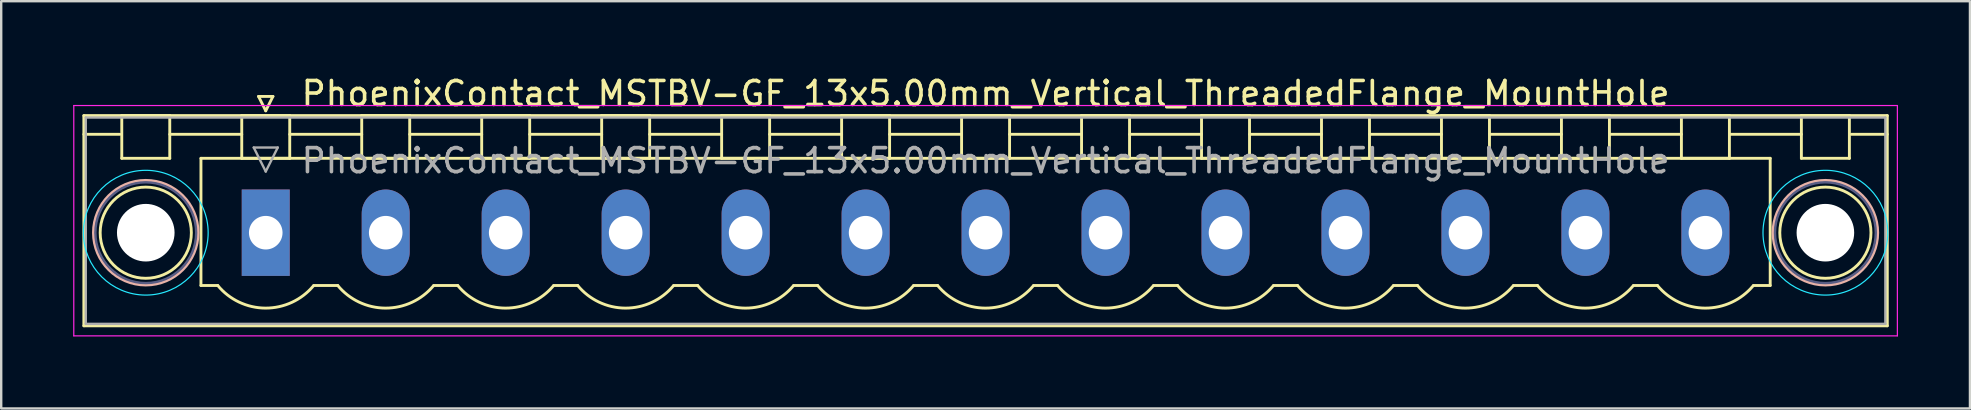
<source format=kicad_pcb>
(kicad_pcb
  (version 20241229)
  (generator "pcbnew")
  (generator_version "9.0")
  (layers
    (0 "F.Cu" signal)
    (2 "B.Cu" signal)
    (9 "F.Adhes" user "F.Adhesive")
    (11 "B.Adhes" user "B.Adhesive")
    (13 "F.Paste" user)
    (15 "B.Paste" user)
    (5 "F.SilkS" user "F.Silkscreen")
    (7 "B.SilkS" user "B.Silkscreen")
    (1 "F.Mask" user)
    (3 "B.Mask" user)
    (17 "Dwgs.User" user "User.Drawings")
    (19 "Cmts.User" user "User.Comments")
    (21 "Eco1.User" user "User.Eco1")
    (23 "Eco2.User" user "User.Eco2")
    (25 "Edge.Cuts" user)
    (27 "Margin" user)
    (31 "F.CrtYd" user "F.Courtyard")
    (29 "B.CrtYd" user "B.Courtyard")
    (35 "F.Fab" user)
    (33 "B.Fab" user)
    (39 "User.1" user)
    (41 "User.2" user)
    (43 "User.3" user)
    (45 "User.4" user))
  (footprint "PhoenixContact_MSTBV-GF_13x5.00mm_Vertical_ThreadedFlange_MountHole"
    (layer "F.Cu")
    (at 8.025 6.648)
    (property "Reference" "PhoenixContact_MSTBV-GF_13x5.00mm_Vertical_ThreadedFlange_MountHole" (at 30 -5.8 0) (layer "F.SilkS") (effects (font (size 1 1) (thickness 0.15))))
    (attr through_hole)
    (fp_line (start -7.58 -4.88) (end -7.58 3.88) (stroke (width 0.12) (type solid)) (layer "F.SilkS"))
    (fp_line (start -7.58 -4.1) (end -6.08 -4.1) (stroke (width 0.12) (type solid)) (layer "F.SilkS"))
    (fp_line (start -7.58 3.88) (end 67.58 3.88) (stroke (width 0.12) (type solid)) (layer "F.SilkS"))
    (fp_line (start -6 -4.88) (end -4 -4.88) (stroke (width 0.12) (type solid)) (layer "F.SilkS"))
    (fp_line (start -6 -3.1) (end -6 -4.88) (stroke (width 0.12) (type solid)) (layer "F.SilkS"))
    (fp_line (start -4 -4.88) (end -4 -3.1) (stroke (width 0.12) (type solid)) (layer "F.SilkS"))
    (fp_line (start -4 -4.1) (end -1 -4.1) (stroke (width 0.12) (type solid)) (layer "F.SilkS"))
    (fp_line (start -4 -3.1) (end -6 -3.1) (stroke (width 0.12) (type solid)) (layer "F.SilkS"))
    (fp_line (start -2.7 -3.1) (end 62.7 -3.1) (stroke (width 0.12) (type solid)) (layer "F.SilkS"))
    (fp_line (start -2.7 2.2) (end -2.7 -3.1) (stroke (width 0.12) (type solid)) (layer "F.SilkS"))
    (fp_line (start -2 2.2) (end -2.7 2.2) (stroke (width 0.12) (type solid)) (layer "F.SilkS"))
    (fp_line (start -1 -4.88) (end 1 -4.88) (stroke (width 0.12) (type solid)) (layer "F.SilkS"))
    (fp_line (start -1 -3.1) (end -1 -4.88) (stroke (width 0.12) (type solid)) (layer "F.SilkS"))
    (fp_line (start -0.3 -5.68) (end 0.3 -5.68) (stroke (width 0.12) (type solid)) (layer "F.SilkS"))
    (fp_line (start 0 -5.08) (end -0.3 -5.68) (stroke (width 0.12) (type solid)) (layer "F.SilkS"))
    (fp_line (start 0.3 -5.68) (end 0 -5.08) (stroke (width 0.12) (type solid)) (layer "F.SilkS"))
    (fp_line (start 1 -4.88) (end 1 -3.1) (stroke (width 0.12) (type solid)) (layer "F.SilkS"))
    (fp_line (start 1 -4.1) (end 4 -4.1) (stroke (width 0.12) (type solid)) (layer "F.SilkS"))
    (fp_line (start 1 -3.1) (end -1 -3.1) (stroke (width 0.12) (type solid)) (layer "F.SilkS"))
    (fp_line (start 2 2.2) (end 3 2.2) (stroke (width 0.12) (type solid)) (layer "F.SilkS"))
    (fp_line (start 4 -4.88) (end 6 -4.88) (stroke (width 0.12) (type solid)) (layer "F.SilkS"))
    (fp_line (start 4 -3.1) (end 4 -4.88) (stroke (width 0.12) (type solid)) (layer "F.SilkS"))
    (fp_line (start 6 -4.88) (end 6 -3.1) (stroke (width 0.12) (type solid)) (layer "F.SilkS"))
    (fp_line (start 6 -4.1) (end 9 -4.1) (stroke (width 0.12) (type solid)) (layer "F.SilkS"))
    (fp_line (start 6 -3.1) (end 4 -3.1) (stroke (width 0.12) (type solid)) (layer "F.SilkS"))
    (fp_line (start 7 2.2) (end 8 2.2) (stroke (width 0.12) (type solid)) (layer "F.SilkS"))
    (fp_line (start 9 -4.88) (end 11 -4.88) (stroke (width 0.12) (type solid)) (layer "F.SilkS"))
    (fp_line (start 9 -3.1) (end 9 -4.88) (stroke (width 0.12) (type solid)) (layer "F.SilkS"))
    (fp_line (start 11 -4.88) (end 11 -3.1) (stroke (width 0.12) (type solid)) (layer "F.SilkS"))
    (fp_line (start 11 -4.1) (end 14 -4.1) (stroke (width 0.12) (type solid)) (layer "F.SilkS"))
    (fp_line (start 11 -3.1) (end 9 -3.1) (stroke (width 0.12) (type solid)) (layer "F.SilkS"))
    (fp_line (start 12 2.2) (end 13 2.2) (stroke (width 0.12) (type solid)) (layer "F.SilkS"))
    (fp_line (start 14 -4.88) (end 16 -4.88) (stroke (width 0.12) (type solid)) (layer "F.SilkS"))
    (fp_line (start 14 -3.1) (end 14 -4.88) (stroke (width 0.12) (type solid)) (layer "F.SilkS"))
    (fp_line (start 16 -4.88) (end 16 -3.1) (stroke (width 0.12) (type solid)) (layer "F.SilkS"))
    (fp_line (start 16 -4.1) (end 19 -4.1) (stroke (width 0.12) (type solid)) (layer "F.SilkS"))
    (fp_line (start 16 -3.1) (end 14 -3.1) (stroke (width 0.12) (type solid)) (layer "F.SilkS"))
    (fp_line (start 17 2.2) (end 18 2.2) (stroke (width 0.12) (type solid)) (layer "F.SilkS"))
    (fp_line (start 19 -4.88) (end 21 -4.88) (stroke (width 0.12) (type solid)) (layer "F.SilkS"))
    (fp_line (start 19 -3.1) (end 19 -4.88) (stroke (width 0.12) (type solid)) (layer "F.SilkS"))
    (fp_line (start 21 -4.88) (end 21 -3.1) (stroke (width 0.12) (type solid)) (layer "F.SilkS"))
    (fp_line (start 21 -4.1) (end 24 -4.1) (stroke (width 0.12) (type solid)) (layer "F.SilkS"))
    (fp_line (start 21 -3.1) (end 19 -3.1) (stroke (width 0.12) (type solid)) (layer "F.SilkS"))
    (fp_line (start 22 2.2) (end 23 2.2) (stroke (width 0.12) (type solid)) (layer "F.SilkS"))
    (fp_line (start 24 -4.88) (end 26 -4.88) (stroke (width 0.12) (type solid)) (layer "F.SilkS"))
    (fp_line (start 24 -3.1) (end 24 -4.88) (stroke (width 0.12) (type solid)) (layer "F.SilkS"))
    (fp_line (start 26 -4.88) (end 26 -3.1) (stroke (width 0.12) (type solid)) (layer "F.SilkS"))
    (fp_line (start 26 -4.1) (end 29 -4.1) (stroke (width 0.12) (type solid)) (layer "F.SilkS"))
    (fp_line (start 26 -3.1) (end 24 -3.1) (stroke (width 0.12) (type solid)) (layer "F.SilkS"))
    (fp_line (start 27 2.2) (end 28 2.2) (stroke (width 0.12) (type solid)) (layer "F.SilkS"))
    (fp_line (start 29 -4.88) (end 31 -4.88) (stroke (width 0.12) (type solid)) (layer "F.SilkS"))
    (fp_line (start 29 -3.1) (end 29 -4.88) (stroke (width 0.12) (type solid)) (layer "F.SilkS"))
    (fp_line (start 31 -4.88) (end 31 -3.1) (stroke (width 0.12) (type solid)) (layer "F.SilkS"))
    (fp_line (start 31 -4.1) (end 34 -4.1) (stroke (width 0.12) (type solid)) (layer "F.SilkS"))
    (fp_line (start 31 -3.1) (end 29 -3.1) (stroke (width 0.12) (type solid)) (layer "F.SilkS"))
    (fp_line (start 32 2.2) (end 33 2.2) (stroke (width 0.12) (type solid)) (layer "F.SilkS"))
    (fp_line (start 34 -4.88) (end 36 -4.88) (stroke (width 0.12) (type solid)) (layer "F.SilkS"))
    (fp_line (start 34 -3.1) (end 34 -4.88) (stroke (width 0.12) (type solid)) (layer "F.SilkS"))
    (fp_line (start 36 -4.88) (end 36 -3.1) (stroke (width 0.12) (type solid)) (layer "F.SilkS"))
    (fp_line (start 36 -4.1) (end 39 -4.1) (stroke (width 0.12) (type solid)) (layer "F.SilkS"))
    (fp_line (start 36 -3.1) (end 34 -3.1) (stroke (width 0.12) (type solid)) (layer "F.SilkS"))
    (fp_line (start 37 2.2) (end 38 2.2) (stroke (width 0.12) (type solid)) (layer "F.SilkS"))
    (fp_line (start 39 -4.88) (end 41 -4.88) (stroke (width 0.12) (type solid)) (layer "F.SilkS"))
    (fp_line (start 39 -3.1) (end 39 -4.88) (stroke (width 0.12) (type solid)) (layer "F.SilkS"))
    (fp_line (start 41 -4.88) (end 41 -3.1) (stroke (width 0.12) (type solid)) (layer "F.SilkS"))
    (fp_line (start 41 -4.1) (end 44 -4.1) (stroke (width 0.12) (type solid)) (layer "F.SilkS"))
    (fp_line (start 41 -3.1) (end 39 -3.1) (stroke (width 0.12) (type solid)) (layer "F.SilkS"))
    (fp_line (start 42 2.2) (end 43 2.2) (stroke (width 0.12) (type solid)) (layer "F.SilkS"))
    (fp_line (start 44 -4.88) (end 46 -4.88) (stroke (width 0.12) (type solid)) (layer "F.SilkS"))
    (fp_line (start 44 -3.1) (end 44 -4.88) (stroke (width 0.12) (type solid)) (layer "F.SilkS"))
    (fp_line (start 46 -4.88) (end 46 -3.1) (stroke (width 0.12) (type solid)) (layer "F.SilkS"))
    (fp_line (start 46 -4.1) (end 49 -4.1) (stroke (width 0.12) (type solid)) (layer "F.SilkS"))
    (fp_line (start 46 -3.1) (end 44 -3.1) (stroke (width 0.12) (type solid)) (layer "F.SilkS"))
    (fp_line (start 47 2.2) (end 48 2.2) (stroke (width 0.12) (type solid)) (layer "F.SilkS"))
    (fp_line (start 49 -4.88) (end 51 -4.88) (stroke (width 0.12) (type solid)) (layer "F.SilkS"))
    (fp_line (start 49 -3.1) (end 49 -4.88) (stroke (width 0.12) (type solid)) (layer "F.SilkS"))
    (fp_line (start 51 -4.88) (end 51 -3.1) (stroke (width 0.12) (type solid)) (layer "F.SilkS"))
    (fp_line (start 51 -4.1) (end 54 -4.1) (stroke (width 0.12) (type solid)) (layer "F.SilkS"))
    (fp_line (start 51 -3.1) (end 49 -3.1) (stroke (width 0.12) (type solid)) (layer "F.SilkS"))
    (fp_line (start 52 2.2) (end 53 2.2) (stroke (width 0.12) (type solid)) (layer "F.SilkS"))
    (fp_line (start 54 -4.88) (end 56 -4.88) (stroke (width 0.12) (type solid)) (layer "F.SilkS"))
    (fp_line (start 54 -3.1) (end 54 -4.88) (stroke (width 0.12) (type solid)) (layer "F.SilkS"))
    (fp_line (start 56 -4.88) (end 56 -3.1) (stroke (width 0.12) (type solid)) (layer "F.SilkS"))
    (fp_line (start 56 -4.1) (end 59 -4.1) (stroke (width 0.12) (type solid)) (layer "F.SilkS"))
    (fp_line (start 56 -3.1) (end 54 -3.1) (stroke (width 0.12) (type solid)) (layer "F.SilkS"))
    (fp_line (start 57 2.2) (end 58 2.2) (stroke (width 0.12) (type solid)) (layer "F.SilkS"))
    (fp_line (start 59 -4.88) (end 61 -4.88) (stroke (width 0.12) (type solid)) (layer "F.SilkS"))
    (fp_line (start 59 -3.1) (end 59 -4.88) (stroke (width 0.12) (type solid)) (layer "F.SilkS"))
    (fp_line (start 61 -4.88) (end 61 -3.1) (stroke (width 0.12) (type solid)) (layer "F.SilkS"))
    (fp_line (start 61 -4.1) (end 64 -4.1) (stroke (width 0.12) (type solid)) (layer "F.SilkS"))
    (fp_line (start 61 -3.1) (end 59 -3.1) (stroke (width 0.12) (type solid)) (layer "F.SilkS"))
    (fp_line (start 62.7 -3.1) (end 62.7 2.2) (stroke (width 0.12) (type solid)) (layer "F.SilkS"))
    (fp_line (start 62.7 2.2) (end 62 2.2) (stroke (width 0.12) (type solid)) (layer "F.SilkS"))
    (fp_line (start 64 -4.88) (end 66 -4.88) (stroke (width 0.12) (type solid)) (layer "F.SilkS"))
    (fp_line (start 64 -3.1) (end 64 -4.88) (stroke (width 0.12) (type solid)) (layer "F.SilkS"))
    (fp_line (start 66 -4.88) (end 66 -3.1) (stroke (width 0.12) (type solid)) (layer "F.SilkS"))
    (fp_line (start 66 -3.1) (end 64 -3.1) (stroke (width 0.12) (type solid)) (layer "F.SilkS"))
    (fp_line (start 67.58 -4.88) (end -7.58 -4.88) (stroke (width 0.12) (type solid)) (layer "F.SilkS"))
    (fp_line (start 67.58 -4.1) (end 66.08 -4.1) (stroke (width 0.12) (type solid)) (layer "F.SilkS"))
    (fp_line (start 67.58 3.88) (end 67.58 -4.88) (stroke (width 0.12) (type solid)) (layer "F.SilkS"))
    (fp_arc (start 1.986842 2.215821) (mid -0.010289 3.142758) (end -2 2.2) (stroke (width 0.12) (type solid)) (layer "F.SilkS"))
    (fp_arc (start 6.986842 2.215821) (mid 4.989711 3.142758) (end 3 2.2) (stroke (width 0.12) (type solid)) (layer "F.SilkS"))
    (fp_arc (start 11.986842 2.215821) (mid 9.989711 3.142758) (end 8 2.2) (stroke (width 0.12) (type solid)) (layer "F.SilkS"))
    (fp_arc (start 16.986842 2.215821) (mid 14.989711 3.142758) (end 13 2.2) (stroke (width 0.12) (type solid)) (layer "F.SilkS"))
    (fp_arc (start 21.986842 2.215821) (mid 19.989711 3.142758) (end 18 2.2) (stroke (width 0.12) (type solid)) (layer "F.SilkS"))
    (fp_arc (start 26.986842 2.215821) (mid 24.989711 3.142758) (end 23 2.2) (stroke (width 0.12) (type solid)) (layer "F.SilkS"))
    (fp_arc (start 31.986842 2.215821) (mid 29.989711 3.142758) (end 28 2.2) (stroke (width 0.12) (type solid)) (layer "F.SilkS"))
    (fp_arc (start 36.986842 2.215821) (mid 34.989711 3.142758) (end 33 2.2) (stroke (width 0.12) (type solid)) (layer "F.SilkS"))
    (fp_arc (start 41.986842 2.215821) (mid 39.989711 3.142758) (end 38 2.2) (stroke (width 0.12) (type solid)) (layer "F.SilkS"))
    (fp_arc (start 46.986842 2.215821) (mid 44.989711 3.142758) (end 43 2.2) (stroke (width 0.12) (type solid)) (layer "F.SilkS"))
    (fp_arc (start 51.986842 2.215821) (mid 49.989711 3.142758) (end 48 2.2) (stroke (width 0.12) (type solid)) (layer "F.SilkS"))
    (fp_arc (start 56.986842 2.215821) (mid 54.989711 3.142758) (end 53 2.2) (stroke (width 0.12) (type solid)) (layer "F.SilkS"))
    (fp_arc (start 61.986842 2.215821) (mid 59.989711 3.142758) (end 58 2.2) (stroke (width 0.12) (type solid)) (layer "F.SilkS"))
    (fp_circle (center -5 0) (end -3.1 0) (stroke (width 0.12) (type solid)) (fill no) (layer "F.SilkS"))
    (fp_circle (center 65 0) (end 66.9 0) (stroke (width 0.12) (type solid)) (fill no) (layer "F.SilkS"))
    (fp_circle (center -5 0) (end -2.82 0) (stroke (width 0.12) (type solid)) (fill no) (layer "B.SilkS"))
    (fp_circle (center 65 0) (end 67.18 0) (stroke (width 0.12) (type solid)) (fill no) (layer "B.SilkS"))
    (fp_circle (center -5 0) (end -2.4 0) (stroke (width 0.05) (type solid)) (fill no) (layer "B.CrtYd"))
    (fp_circle (center 65 0) (end 67.6 0) (stroke (width 0.05) (type solid)) (fill no) (layer "B.CrtYd"))
    (fp_line (start -8 -5.3) (end -8 4.3) (stroke (width 0.05) (type solid)) (layer "F.CrtYd"))
    (fp_line (start -8 4.3) (end 68 4.3) (stroke (width 0.05) (type solid)) (layer "F.CrtYd"))
    (fp_line (start 68 -5.3) (end -8 -5.3) (stroke (width 0.05) (type solid)) (layer "F.CrtYd"))
    (fp_line (start 68 4.3) (end 68 -5.3) (stroke (width 0.05) (type solid)) (layer "F.CrtYd"))
    (fp_circle (center -5 0) (end -2.9 0) (stroke (width 0.1) (type solid)) (fill no) (layer "B.Fab"))
    (fp_circle (center 65 0) (end 67.1 0) (stroke (width 0.1) (type solid)) (fill no) (layer "B.Fab"))
    (fp_line (start -7.5 -4.8) (end -7.5 3.8) (stroke (width 0.1) (type solid)) (layer "F.Fab"))
    (fp_line (start -7.5 3.8) (end 67.5 3.8) (stroke (width 0.1) (type solid)) (layer "F.Fab"))
    (fp_line (start -0.5 -3.55) (end 0.5 -3.55) (stroke (width 0.1) (type solid)) (layer "F.Fab"))
    (fp_line (start 0 -2.55) (end -0.5 -3.55) (stroke (width 0.1) (type solid)) (layer "F.Fab"))
    (fp_line (start 0.5 -3.55) (end 0 -2.55) (stroke (width 0.1) (type solid)) (layer "F.Fab"))
    (fp_line (start 67.5 -4.8) (end -7.5 -4.8) (stroke (width 0.1) (type solid)) (layer "F.Fab"))
    (fp_line (start 67.5 3.8) (end 67.5 -4.8) (stroke (width 0.1) (type solid)) (layer "F.Fab"))
    (fp_text user "${REFERENCE}" (at 30 -3 0) (layer "F.Fab") (effects (font (size 1 1) (thickness 0.15))))
    (pad "" np_thru_hole circle (at -5 0) (size 2.4 2.4) (drill 2.4) (layers "*.Cu" "*.Mask"))
    (pad "" np_thru_hole circle (at 65 0) (size 2.4 2.4) (drill 2.4) (layers "*.Cu" "*.Mask"))
    (pad "1" thru_hole rect (at 0 0) (size 2 3.6) (drill 1.4) (layers "*.Cu" "*.Mask"))
    (pad "2" thru_hole oval (at 5 0) (size 2 3.6) (drill 1.4) (layers "*.Cu" "*.Mask"))
    (pad "3" thru_hole oval (at 10 0) (size 2 3.6) (drill 1.4) (layers "*.Cu" "*.Mask"))
    (pad "4" thru_hole oval (at 15 0) (size 2 3.6) (drill 1.4) (layers "*.Cu" "*.Mask"))
    (pad "5" thru_hole oval (at 20 0) (size 2 3.6) (drill 1.4) (layers "*.Cu" "*.Mask"))
    (pad "6" thru_hole oval (at 25 0) (size 2 3.6) (drill 1.4) (layers "*.Cu" "*.Mask"))
    (pad "7" thru_hole oval (at 30 0) (size 2 3.6) (drill 1.4) (layers "*.Cu" "*.Mask"))
    (pad "8" thru_hole oval (at 35 0) (size 2 3.6) (drill 1.4) (layers "*.Cu" "*.Mask"))
    (pad "9" thru_hole oval (at 40 0) (size 2 3.6) (drill 1.4) (layers "*.Cu" "*.Mask"))
    (pad "10" thru_hole oval (at 45 0) (size 2 3.6) (drill 1.4) (layers "*.Cu" "*.Mask"))
    (pad "11" thru_hole oval (at 50 0) (size 2 3.6) (drill 1.4) (layers "*.Cu" "*.Mask"))
    (pad "12" thru_hole oval (at 55 0) (size 2 3.6) (drill 1.4) (layers "*.Cu" "*.Mask"))
    (pad "13" thru_hole oval (at 60 0) (size 2 3.6) (drill 1.4) (layers "*.Cu" "*.Mask")))
  (gr_rect
    (start -3 -3)
    (end 79.05 13.973)
    (stroke (width 0.1) (type default))
    (fill no)
    (layer "Edge.Cuts")))
</source>
